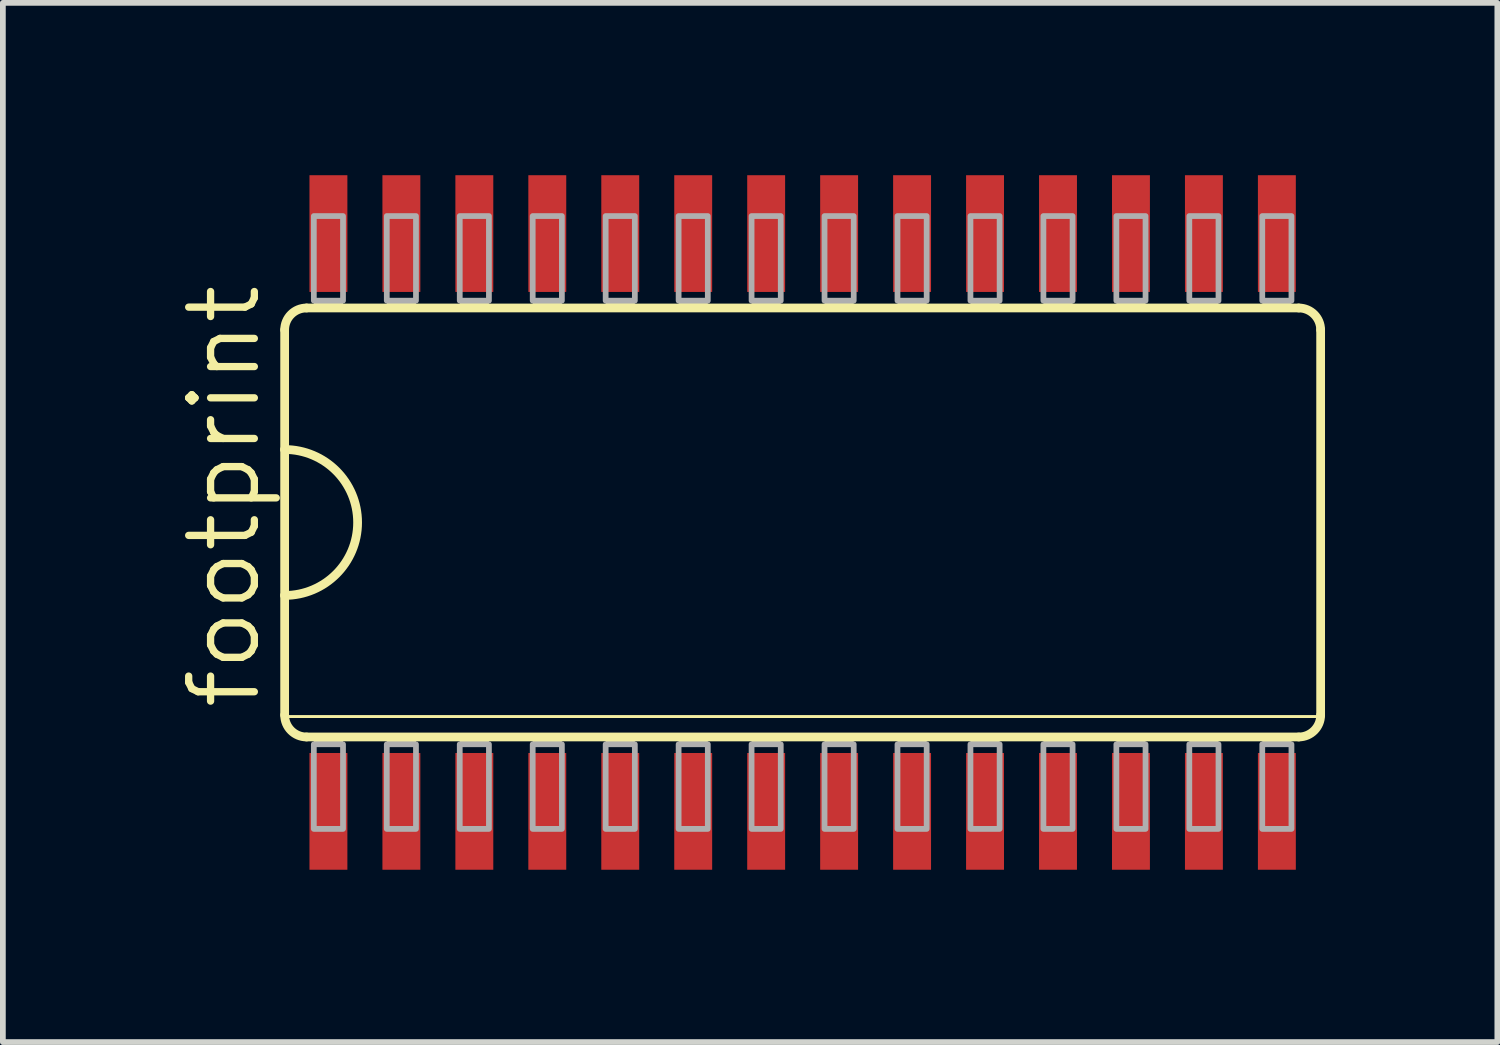
<source format=kicad_pcb>
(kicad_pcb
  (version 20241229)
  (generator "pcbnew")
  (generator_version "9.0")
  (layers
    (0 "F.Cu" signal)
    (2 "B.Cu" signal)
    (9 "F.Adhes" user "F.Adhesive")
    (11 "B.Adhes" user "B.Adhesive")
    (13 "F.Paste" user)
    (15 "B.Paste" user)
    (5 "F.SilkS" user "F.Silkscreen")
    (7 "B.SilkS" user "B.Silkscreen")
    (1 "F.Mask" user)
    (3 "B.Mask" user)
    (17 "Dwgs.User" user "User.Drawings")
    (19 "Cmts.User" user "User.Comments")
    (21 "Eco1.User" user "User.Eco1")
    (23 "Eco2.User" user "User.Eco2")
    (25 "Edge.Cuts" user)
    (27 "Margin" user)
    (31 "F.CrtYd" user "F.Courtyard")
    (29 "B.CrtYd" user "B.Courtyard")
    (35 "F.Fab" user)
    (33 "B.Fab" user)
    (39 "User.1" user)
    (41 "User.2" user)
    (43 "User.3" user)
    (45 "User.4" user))
  (footprint "footprint"
    (layer "F.Cu")
    (at 10.922 6.045)
    (property "Reference" "footprint" (at -9.398 3.302 90) (layer "F.SilkS") (effects (font (size 1.143 1.143) (thickness 0.127)) (justify left bottom)))
    (fp_line (start -9.017 -3.353) (end -9.017 -1.27) (stroke (width 0.152) (type solid)) (layer "F.SilkS"))
    (fp_line (start -9.017 -1.27) (end -9.017 1.27) (stroke (width 0.152) (type solid)) (layer "F.SilkS"))
    (fp_line (start -9.017 1.27) (end -9.017 3.353) (stroke (width 0.152) (type solid)) (layer "F.SilkS"))
    (fp_line (start -9.017 3.378) (end 9.017 3.378) (stroke (width 0.051) (type solid)) (layer "F.SilkS"))
    (fp_line (start -8.636 3.734) (end 8.636 3.734) (stroke (width 0.152) (type solid)) (layer "F.SilkS"))
    (fp_line (start 8.636 -3.734) (end -8.636 -3.734) (stroke (width 0.152) (type solid)) (layer "F.SilkS"))
    (fp_line (start 9.017 3.353) (end 9.017 -3.353) (stroke (width 0.152) (type solid)) (layer "F.SilkS"))
    (fp_arc (start -9.017 -3.3528) (mid -8.905408 -3.622208) (end -8.636 -3.7338) (stroke (width 0.1524) (type solid)) (layer "F.SilkS"))
    (fp_arc (start -9.017 -1.27) (mid -7.747 0) (end -9.017 1.27) (stroke (width 0.1524) (type solid)) (layer "F.SilkS"))
    (fp_arc (start -8.636 3.7338) (mid -8.905408 3.622208) (end -9.017 3.3528) (stroke (width 0.1524) (type solid)) (layer "F.SilkS"))
    (fp_arc (start 8.636 -3.7338) (mid 8.905408 -3.622208) (end 9.017 -3.3528) (stroke (width 0.1524) (type solid)) (layer "F.SilkS"))
    (fp_arc (start 9.017 3.3528) (mid 8.905408 3.622208) (end 8.636 3.7338) (stroke (width 0.1524) (type solid)) (layer "F.SilkS"))
    (fp_poly (pts (xy -8.509 -3.734) (xy -8.001 -3.734) (xy -8.001 -3.861) (xy -8.509 -3.861)) (stroke (width 0) (type solid)) (fill yes) (layer "F.SilkS"))
    (fp_poly (pts (xy -8.509 3.861) (xy -8.001 3.861) (xy -8.001 3.734) (xy -8.509 3.734)) (stroke (width 0) (type solid)) (fill yes) (layer "F.SilkS"))
    (fp_poly (pts (xy -7.239 -3.734) (xy -6.731 -3.734) (xy -6.731 -3.861) (xy -7.239 -3.861)) (stroke (width 0) (type solid)) (fill yes) (layer "F.SilkS"))
    (fp_poly (pts (xy -7.239 3.861) (xy -6.731 3.861) (xy -6.731 3.734) (xy -7.239 3.734)) (stroke (width 0) (type solid)) (fill yes) (layer "F.SilkS"))
    (fp_poly (pts (xy -5.969 -3.734) (xy -5.461 -3.734) (xy -5.461 -3.861) (xy -5.969 -3.861)) (stroke (width 0) (type solid)) (fill yes) (layer "F.SilkS"))
    (fp_poly (pts (xy -5.969 3.861) (xy -5.461 3.861) (xy -5.461 3.734) (xy -5.969 3.734)) (stroke (width 0) (type solid)) (fill yes) (layer "F.SilkS"))
    (fp_poly (pts (xy -4.699 -3.734) (xy -4.191 -3.734) (xy -4.191 -3.861) (xy -4.699 -3.861)) (stroke (width 0) (type solid)) (fill yes) (layer "F.SilkS"))
    (fp_poly (pts (xy -4.699 3.861) (xy -4.191 3.861) (xy -4.191 3.734) (xy -4.699 3.734)) (stroke (width 0) (type solid)) (fill yes) (layer "F.SilkS"))
    (fp_poly (pts (xy -3.429 -3.734) (xy -2.921 -3.734) (xy -2.921 -3.861) (xy -3.429 -3.861)) (stroke (width 0) (type solid)) (fill yes) (layer "F.SilkS"))
    (fp_poly (pts (xy -3.429 3.861) (xy -2.921 3.861) (xy -2.921 3.734) (xy -3.429 3.734)) (stroke (width 0) (type solid)) (fill yes) (layer "F.SilkS"))
    (fp_poly (pts (xy -2.159 -3.734) (xy -1.651 -3.734) (xy -1.651 -3.861) (xy -2.159 -3.861)) (stroke (width 0) (type solid)) (fill yes) (layer "F.SilkS"))
    (fp_poly (pts (xy -2.159 3.861) (xy -1.651 3.861) (xy -1.651 3.734) (xy -2.159 3.734)) (stroke (width 0) (type solid)) (fill yes) (layer "F.SilkS"))
    (fp_poly (pts (xy -0.889 -3.734) (xy -0.381 -3.734) (xy -0.381 -3.861) (xy -0.889 -3.861)) (stroke (width 0) (type solid)) (fill yes) (layer "F.SilkS"))
    (fp_poly (pts (xy -0.889 3.861) (xy -0.381 3.861) (xy -0.381 3.734) (xy -0.889 3.734)) (stroke (width 0) (type solid)) (fill yes) (layer "F.SilkS"))
    (fp_poly (pts (xy 0.381 -3.734) (xy 0.889 -3.734) (xy 0.889 -3.861) (xy 0.381 -3.861)) (stroke (width 0) (type solid)) (fill yes) (layer "F.SilkS"))
    (fp_poly (pts (xy 0.381 3.861) (xy 0.889 3.861) (xy 0.889 3.734) (xy 0.381 3.734)) (stroke (width 0) (type solid)) (fill yes) (layer "F.SilkS"))
    (fp_poly (pts (xy 1.651 -3.734) (xy 2.159 -3.734) (xy 2.159 -3.861) (xy 1.651 -3.861)) (stroke (width 0) (type solid)) (fill yes) (layer "F.SilkS"))
    (fp_poly (pts (xy 1.651 3.861) (xy 2.159 3.861) (xy 2.159 3.734) (xy 1.651 3.734)) (stroke (width 0) (type solid)) (fill yes) (layer "F.SilkS"))
    (fp_poly (pts (xy 2.921 -3.734) (xy 3.429 -3.734) (xy 3.429 -3.861) (xy 2.921 -3.861)) (stroke (width 0) (type solid)) (fill yes) (layer "F.SilkS"))
    (fp_poly (pts (xy 2.921 3.861) (xy 3.429 3.861) (xy 3.429 3.734) (xy 2.921 3.734)) (stroke (width 0) (type solid)) (fill yes) (layer "F.SilkS"))
    (fp_poly (pts (xy 4.191 -3.734) (xy 4.699 -3.734) (xy 4.699 -3.861) (xy 4.191 -3.861)) (stroke (width 0) (type solid)) (fill yes) (layer "F.SilkS"))
    (fp_poly (pts (xy 4.191 3.861) (xy 4.699 3.861) (xy 4.699 3.734) (xy 4.191 3.734)) (stroke (width 0) (type solid)) (fill yes) (layer "F.SilkS"))
    (fp_poly (pts (xy 5.461 -3.734) (xy 5.969 -3.734) (xy 5.969 -3.861) (xy 5.461 -3.861)) (stroke (width 0) (type solid)) (fill yes) (layer "F.SilkS"))
    (fp_poly (pts (xy 5.461 3.861) (xy 5.969 3.861) (xy 5.969 3.734) (xy 5.461 3.734)) (stroke (width 0) (type solid)) (fill yes) (layer "F.SilkS"))
    (fp_poly (pts (xy 6.731 -3.734) (xy 7.239 -3.734) (xy 7.239 -3.861) (xy 6.731 -3.861)) (stroke (width 0) (type solid)) (fill yes) (layer "F.SilkS"))
    (fp_poly (pts (xy 6.731 3.861) (xy 7.239 3.861) (xy 7.239 3.734) (xy 6.731 3.734)) (stroke (width 0) (type solid)) (fill yes) (layer "F.SilkS"))
    (fp_poly (pts (xy 8.001 -3.734) (xy 8.509 -3.734) (xy 8.509 -3.861) (xy 8.001 -3.861)) (stroke (width 0) (type solid)) (fill yes) (layer "F.SilkS"))
    (fp_poly (pts (xy 8.001 3.861) (xy 8.509 3.861) (xy 8.509 3.734) (xy 8.001 3.734)) (stroke (width 0) (type solid)) (fill yes) (layer "F.SilkS"))
    (fp_poly (pts (xy -8.509 -3.861) (xy -8.001 -3.861) (xy -8.001 -5.334) (xy -8.509 -5.334)) (stroke (width 0.1) (type solid)) (fill no) (layer "F.Fab"))
    (fp_poly (pts (xy -8.509 5.334) (xy -8.001 5.334) (xy -8.001 3.861) (xy -8.509 3.861)) (stroke (width 0.1) (type solid)) (fill no) (layer "F.Fab"))
    (fp_poly (pts (xy -7.239 -3.861) (xy -6.731 -3.861) (xy -6.731 -5.334) (xy -7.239 -5.334)) (stroke (width 0.1) (type solid)) (fill no) (layer "F.Fab"))
    (fp_poly (pts (xy -7.239 5.334) (xy -6.731 5.334) (xy -6.731 3.861) (xy -7.239 3.861)) (stroke (width 0.1) (type solid)) (fill no) (layer "F.Fab"))
    (fp_poly (pts (xy -5.969 -3.861) (xy -5.461 -3.861) (xy -5.461 -5.334) (xy -5.969 -5.334)) (stroke (width 0.1) (type solid)) (fill no) (layer "F.Fab"))
    (fp_poly (pts (xy -5.969 5.334) (xy -5.461 5.334) (xy -5.461 3.861) (xy -5.969 3.861)) (stroke (width 0.1) (type solid)) (fill no) (layer "F.Fab"))
    (fp_poly (pts (xy -4.699 -3.861) (xy -4.191 -3.861) (xy -4.191 -5.334) (xy -4.699 -5.334)) (stroke (width 0.1) (type solid)) (fill no) (layer "F.Fab"))
    (fp_poly (pts (xy -4.699 5.334) (xy -4.191 5.334) (xy -4.191 3.861) (xy -4.699 3.861)) (stroke (width 0.1) (type solid)) (fill no) (layer "F.Fab"))
    (fp_poly (pts (xy -3.429 -3.861) (xy -2.921 -3.861) (xy -2.921 -5.334) (xy -3.429 -5.334)) (stroke (width 0.1) (type solid)) (fill no) (layer "F.Fab"))
    (fp_poly (pts (xy -3.429 5.334) (xy -2.921 5.334) (xy -2.921 3.861) (xy -3.429 3.861)) (stroke (width 0.1) (type solid)) (fill no) (layer "F.Fab"))
    (fp_poly (pts (xy -2.159 -3.861) (xy -1.651 -3.861) (xy -1.651 -5.334) (xy -2.159 -5.334)) (stroke (width 0.1) (type solid)) (fill no) (layer "F.Fab"))
    (fp_poly (pts (xy -2.159 5.334) (xy -1.651 5.334) (xy -1.651 3.861) (xy -2.159 3.861)) (stroke (width 0.1) (type solid)) (fill no) (layer "F.Fab"))
    (fp_poly (pts (xy -0.889 -3.861) (xy -0.381 -3.861) (xy -0.381 -5.334) (xy -0.889 -5.334)) (stroke (width 0.1) (type solid)) (fill no) (layer "F.Fab"))
    (fp_poly (pts (xy -0.889 5.334) (xy -0.381 5.334) (xy -0.381 3.861) (xy -0.889 3.861)) (stroke (width 0.1) (type solid)) (fill no) (layer "F.Fab"))
    (fp_poly (pts (xy 0.381 -3.861) (xy 0.889 -3.861) (xy 0.889 -5.334) (xy 0.381 -5.334)) (stroke (width 0.1) (type solid)) (fill no) (layer "F.Fab"))
    (fp_poly (pts (xy 0.381 5.334) (xy 0.889 5.334) (xy 0.889 3.861) (xy 0.381 3.861)) (stroke (width 0.1) (type solid)) (fill no) (layer "F.Fab"))
    (fp_poly (pts (xy 1.651 -3.861) (xy 2.159 -3.861) (xy 2.159 -5.334) (xy 1.651 -5.334)) (stroke (width 0.1) (type solid)) (fill no) (layer "F.Fab"))
    (fp_poly (pts (xy 1.651 5.334) (xy 2.159 5.334) (xy 2.159 3.861) (xy 1.651 3.861)) (stroke (width 0.1) (type solid)) (fill no) (layer "F.Fab"))
    (fp_poly (pts (xy 2.921 -3.861) (xy 3.429 -3.861) (xy 3.429 -5.334) (xy 2.921 -5.334)) (stroke (width 0.1) (type solid)) (fill no) (layer "F.Fab"))
    (fp_poly (pts (xy 2.921 5.334) (xy 3.429 5.334) (xy 3.429 3.861) (xy 2.921 3.861)) (stroke (width 0.1) (type solid)) (fill no) (layer "F.Fab"))
    (fp_poly (pts (xy 4.191 -3.861) (xy 4.699 -3.861) (xy 4.699 -5.334) (xy 4.191 -5.334)) (stroke (width 0.1) (type solid)) (fill no) (layer "F.Fab"))
    (fp_poly (pts (xy 4.191 5.334) (xy 4.699 5.334) (xy 4.699 3.861) (xy 4.191 3.861)) (stroke (width 0.1) (type solid)) (fill no) (layer "F.Fab"))
    (fp_poly (pts (xy 5.461 -3.861) (xy 5.969 -3.861) (xy 5.969 -5.334) (xy 5.461 -5.334)) (stroke (width 0.1) (type solid)) (fill no) (layer "F.Fab"))
    (fp_poly (pts (xy 5.461 5.334) (xy 5.969 5.334) (xy 5.969 3.861) (xy 5.461 3.861)) (stroke (width 0.1) (type solid)) (fill no) (layer "F.Fab"))
    (fp_poly (pts (xy 6.731 -3.861) (xy 7.239 -3.861) (xy 7.239 -5.334) (xy 6.731 -5.334)) (stroke (width 0.1) (type solid)) (fill no) (layer "F.Fab"))
    (fp_poly (pts (xy 6.731 5.334) (xy 7.239 5.334) (xy 7.239 3.861) (xy 6.731 3.861)) (stroke (width 0.1) (type solid)) (fill no) (layer "F.Fab"))
    (fp_poly (pts (xy 8.001 -3.861) (xy 8.509 -3.861) (xy 8.509 -5.334) (xy 8.001 -5.334)) (stroke (width 0.1) (type solid)) (fill no) (layer "F.Fab"))
    (fp_poly (pts (xy 8.001 5.334) (xy 8.509 5.334) (xy 8.509 3.861) (xy 8.001 3.861)) (stroke (width 0.1) (type solid)) (fill no) (layer "F.Fab"))
    (pad "1" smd rect (at -8.255 5.029) (size 0.66 2.032) (layers "F.Cu" "F.Mask" "F.Paste"))
    (pad "2" smd rect (at -6.985 5.029) (size 0.66 2.032) (layers "F.Cu" "F.Mask" "F.Paste"))
    (pad "3" smd rect (at -5.715 5.029) (size 0.66 2.032) (layers "F.Cu" "F.Mask" "F.Paste"))
    (pad "4" smd rect (at -4.445 5.029) (size 0.66 2.032) (layers "F.Cu" "F.Mask" "F.Paste"))
    (pad "5" smd rect (at -3.175 5.029) (size 0.66 2.032) (layers "F.Cu" "F.Mask" "F.Paste"))
    (pad "6" smd rect (at -1.905 5.029) (size 0.66 2.032) (layers "F.Cu" "F.Mask" "F.Paste"))
    (pad "7" smd rect (at -0.635 5.029) (size 0.66 2.032) (layers "F.Cu" "F.Mask" "F.Paste"))
    (pad "8" smd rect (at 0.635 5.029) (size 0.66 2.032) (layers "F.Cu" "F.Mask" "F.Paste"))
    (pad "9" smd rect (at 1.905 5.029) (size 0.66 2.032) (layers "F.Cu" "F.Mask" "F.Paste"))
    (pad "10" smd rect (at 3.175 5.029) (size 0.66 2.032) (layers "F.Cu" "F.Mask" "F.Paste"))
    (pad "11" smd rect (at 4.445 5.029) (size 0.66 2.032) (layers "F.Cu" "F.Mask" "F.Paste"))
    (pad "12" smd rect (at 5.715 5.029) (size 0.66 2.032) (layers "F.Cu" "F.Mask" "F.Paste"))
    (pad "13" smd rect (at 6.985 5.029) (size 0.66 2.032) (layers "F.Cu" "F.Mask" "F.Paste"))
    (pad "14" smd rect (at 8.255 5.029) (size 0.66 2.032) (layers "F.Cu" "F.Mask" "F.Paste"))
    (pad "15" smd rect (at 8.255 -5.029) (size 0.66 2.032) (layers "F.Cu" "F.Mask" "F.Paste"))
    (pad "16" smd rect (at 6.985 -5.029) (size 0.66 2.032) (layers "F.Cu" "F.Mask" "F.Paste"))
    (pad "17" smd rect (at 5.715 -5.029) (size 0.66 2.032) (layers "F.Cu" "F.Mask" "F.Paste"))
    (pad "18" smd rect (at 4.445 -5.029) (size 0.66 2.032) (layers "F.Cu" "F.Mask" "F.Paste"))
    (pad "19" smd rect (at 3.175 -5.029) (size 0.66 2.032) (layers "F.Cu" "F.Mask" "F.Paste"))
    (pad "20" smd rect (at 1.905 -5.029) (size 0.66 2.032) (layers "F.Cu" "F.Mask" "F.Paste"))
    (pad "21" smd rect (at 0.635 -5.029) (size 0.66 2.032) (layers "F.Cu" "F.Mask" "F.Paste"))
    (pad "22" smd rect (at -0.635 -5.029) (size 0.66 2.032) (layers "F.Cu" "F.Mask" "F.Paste"))
    (pad "23" smd rect (at -1.905 -5.029) (size 0.66 2.032) (layers "F.Cu" "F.Mask" "F.Paste"))
    (pad "24" smd rect (at -3.175 -5.029) (size 0.66 2.032) (layers "F.Cu" "F.Mask" "F.Paste"))
    (pad "25" smd rect (at -4.445 -5.029) (size 0.66 2.032) (layers "F.Cu" "F.Mask" "F.Paste"))
    (pad "26" smd rect (at -5.715 -5.029) (size 0.66 2.032) (layers "F.Cu" "F.Mask" "F.Paste"))
    (pad "27" smd rect (at -6.985 -5.029) (size 0.66 2.032) (layers "F.Cu" "F.Mask" "F.Paste"))
    (pad "28" smd rect (at -8.255 -5.029) (size 0.66 2.032) (layers "F.Cu" "F.Mask" "F.Paste")))
  (gr_rect
    (start -3 -3)
    (end 23.015 15.09)
    (stroke (width 0.1) (type default))
    (fill no)
    (layer "Edge.Cuts")))
</source>
